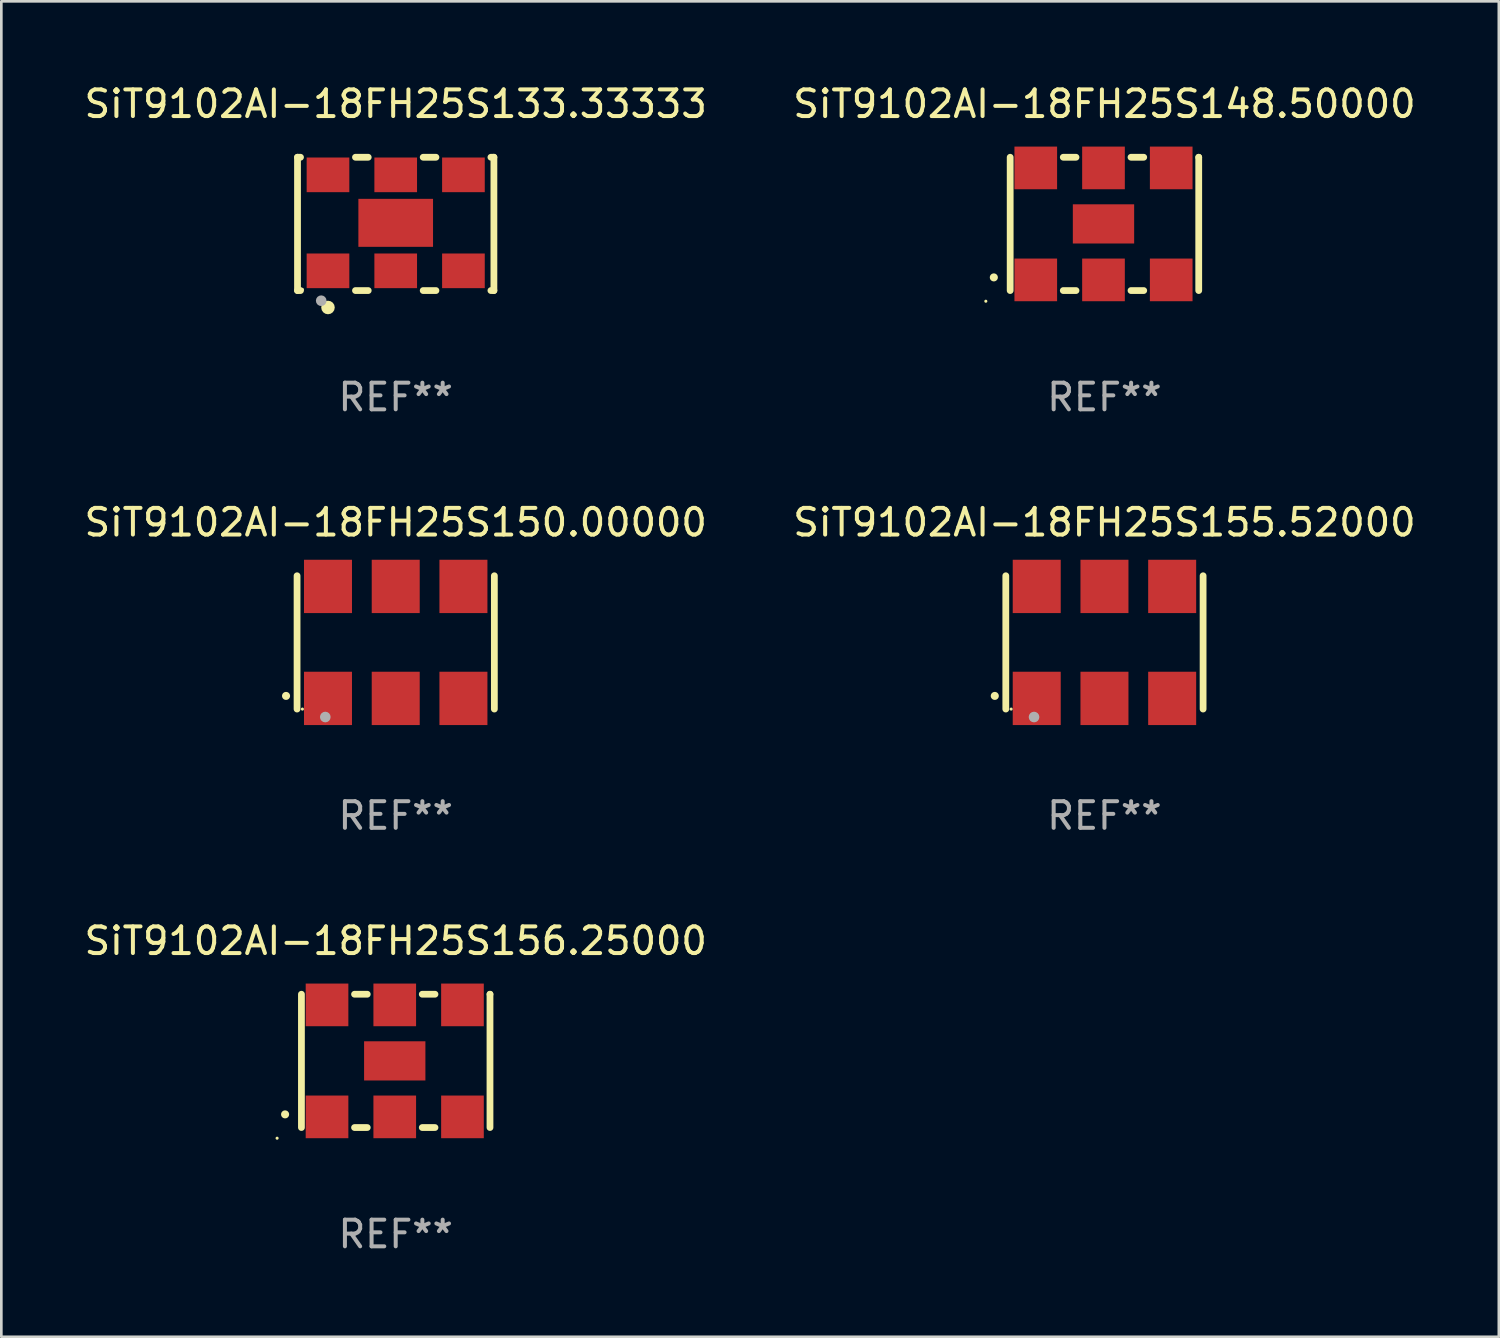
<source format=kicad_pcb>
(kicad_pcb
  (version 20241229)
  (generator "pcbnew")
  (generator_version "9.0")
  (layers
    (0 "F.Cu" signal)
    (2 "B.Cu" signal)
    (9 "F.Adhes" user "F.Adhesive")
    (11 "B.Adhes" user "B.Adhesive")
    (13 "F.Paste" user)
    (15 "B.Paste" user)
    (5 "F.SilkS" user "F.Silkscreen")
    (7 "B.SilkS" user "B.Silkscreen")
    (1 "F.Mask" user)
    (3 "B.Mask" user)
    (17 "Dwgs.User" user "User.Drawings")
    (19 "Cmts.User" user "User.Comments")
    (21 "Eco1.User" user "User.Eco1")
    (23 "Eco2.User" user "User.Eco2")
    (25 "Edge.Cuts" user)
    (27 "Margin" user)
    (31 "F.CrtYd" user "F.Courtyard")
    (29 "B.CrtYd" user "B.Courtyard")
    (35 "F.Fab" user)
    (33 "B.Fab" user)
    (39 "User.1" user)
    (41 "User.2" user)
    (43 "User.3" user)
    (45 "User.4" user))
  (footprint "SiT9102AI-18FH25S150.00000"
    (layer "F.Cu")
    (at 11.792 21.045)
    (property "Reference" "SiT9102AI-18FH25S150.00000" (at 0 -4.5 0) (layer "F.SilkS") (effects (font (size 1 1) (thickness 0.15))))
    (attr through_hole)
    (fp_line (start -3.7 -2.5) (end -3.7 2.5) (stroke (width 0.254) (type solid)) (layer "F.SilkS"))
    (fp_line (start 3.7 -2.5) (end 3.7 2.5) (stroke (width 0.254) (type solid)) (layer "F.SilkS"))
    (fp_arc (start -4.114415 2.006604) (mid -4.113145 2.006599) (end -4.111875 2.006604) (stroke (width 0.3) (type solid)) (layer "F.SilkS"))
    (fp_circle (center -3.5 2.501) (end -3.47 2.501) (stroke (width 0.06) (type solid)) (fill no) (layer "F.SilkS"))
    (fp_circle (center -2.641 2.799) (end -2.541 2.799) (stroke (width 0.2) (type solid)) (fill no) (layer "F.Fab"))
    (fp_text user "REF**" (at 0 6.5 0) (layer "F.Fab") (effects (font (size 1 1) (thickness 0.15))))
    (pad "1" smd rect (at -2.54 2.1) (size 1.8 2) (layers "F.Cu" "F.Mask" "F.Paste"))
    (pad "2" smd rect (at 0.000394 2.1) (size 1.8 2) (layers "F.Cu" "F.Mask" "F.Paste"))
    (pad "3" smd rect (at 2.54 2.1) (size 1.8 2) (layers "F.Cu" "F.Mask" "F.Paste"))
    (pad "4" smd rect (at 2.54 -2.1) (size 1.8 2) (layers "F.Cu" "F.Mask" "F.Paste"))
    (pad "5" smd rect (at 0.000394 -2.1) (size 1.8 2) (layers "F.Cu" "F.Mask" "F.Paste"))
    (pad "6" smd rect (at -2.54 -2.1) (size 1.8 2) (layers "F.Cu" "F.Mask" "F.Paste")))
  (footprint "SiT9102AI-18FH25S156.25000"
    (layer "F.Cu")
    (at 11.792 36.741)
    (property "Reference" "SiT9102AI-18FH25S156.25000" (at 0 -4.5 0) (layer "F.SilkS") (effects (font (size 1 1) (thickness 0.15))))
    (attr through_hole)
    (fp_line (start -3.536 -2.5) (end -3.536 2.5) (stroke (width 0.254) (type solid)) (layer "F.SilkS"))
    (fp_line (start -1.544 2.5) (end -1.067 2.5) (stroke (width 0.254) (type solid)) (layer "F.SilkS"))
    (fp_line (start -1.067 -2.5) (end -1.544 -2.5) (stroke (width 0.254) (type solid)) (layer "F.SilkS"))
    (fp_line (start 0.996 2.5) (end 1.473 2.5) (stroke (width 0.254) (type solid)) (layer "F.SilkS"))
    (fp_line (start 1.473 -2.5) (end 0.996 -2.5) (stroke (width 0.254) (type solid)) (layer "F.SilkS"))
    (fp_line (start 3.536 -2.5) (end 3.536 -2.5) (stroke (width 0.254) (type solid)) (layer "F.SilkS"))
    (fp_line (start 3.536 2.5) (end 3.536 -2.5) (stroke (width 0.254) (type solid)) (layer "F.SilkS"))
    (fp_arc (start -4.150432 2.006604) (mid -4.149162 2.006599) (end -4.147892 2.006604) (stroke (width 0.3) (type solid)) (layer "F.SilkS"))
    (fp_circle (center -4.449 2.9) (end -4.419 2.9) (stroke (width 0.06) (type solid)) (fill no) (layer "F.SilkS"))
    (fp_text user "REF**" (at 0 6.5 0) (layer "F.Fab") (effects (font (size 1 1) (thickness 0.15))))
    (pad "1" smd rect (at -2.576 2.1) (size 1.6 1.6) (layers "F.Cu" "F.Mask" "F.Paste"))
    (pad "2" smd rect (at -0.036 2.1) (size 1.6 1.6) (layers "F.Cu" "F.Mask" "F.Paste"))
    (pad "3" smd rect (at 2.504 2.1) (size 1.6 1.6) (layers "F.Cu" "F.Mask" "F.Paste"))
    (pad "4" smd rect (at 2.504 -2.1) (size 1.6 1.6) (layers "F.Cu" "F.Mask" "F.Paste"))
    (pad "5" smd rect (at -0.036 -2.1) (size 1.6 1.6) (layers "F.Cu" "F.Mask" "F.Paste"))
    (pad "6" smd rect (at -2.576 -2.1) (size 1.6 1.6) (layers "F.Cu" "F.Mask" "F.Paste"))
    (pad "7" smd rect (at -0.036 0) (size 2.3 1.47) (layers "F.Cu" "F.Mask" "F.Paste")))
  (footprint "SiT9102AI-18FH25S133.33333"
    (layer "F.Cu")
    (at 11.792 5.348)
    (property "Reference" "SiT9102AI-18FH25S133.33333" (at 0 -4.5 0) (layer "F.SilkS") (effects (font (size 1 1) (thickness 0.15))))
    (attr through_hole)
    (fp_line (start -3.683 -2.5) (end -3.571 -2.5) (stroke (width 0.254) (type solid)) (layer "F.SilkS"))
    (fp_line (start -3.683 2.5) (end -3.683 -2.5) (stroke (width 0.254) (type solid)) (layer "F.SilkS"))
    (fp_line (start -3.683 2.5) (end -3.571 2.5) (stroke (width 0.254) (type solid)) (layer "F.SilkS"))
    (fp_line (start -1.509 -2.5) (end -1.031 -2.5) (stroke (width 0.254) (type solid)) (layer "F.SilkS"))
    (fp_line (start -1.509 2.5) (end -1.031 2.5) (stroke (width 0.254) (type solid)) (layer "F.SilkS"))
    (fp_line (start 1.031 -2.5) (end 1.509 -2.5) (stroke (width 0.254) (type solid)) (layer "F.SilkS"))
    (fp_line (start 1.031 2.5) (end 1.509 2.5) (stroke (width 0.254) (type solid)) (layer "F.SilkS"))
    (fp_line (start 3.571 -2.5) (end 3.683 -2.5) (stroke (width 0.254) (type solid)) (layer "F.SilkS"))
    (fp_line (start 3.571 2.5) (end 3.683 2.5) (stroke (width 0.254) (type solid)) (layer "F.SilkS"))
    (fp_line (start 3.683 2.5) (end 3.683 -2.5) (stroke (width 0.254) (type solid)) (layer "F.SilkS"))
    (fp_circle (center -3.5 2.46) (end -3.47 2.46) (stroke (width 0.06) (type solid)) (fill no) (layer "F.SilkS"))
    (fp_circle (center -2.54 3.135) (end -2.413 3.135) (stroke (width 0.254) (type solid)) (fill no) (layer "F.SilkS"))
    (fp_circle (center -2.794 2.881) (end -2.694 2.881) (stroke (width 0.2) (type solid)) (fill no) (layer "F.Fab"))
    (fp_text user "REF**" (at 0 6.5 0) (layer "F.Fab") (effects (font (size 1 1) (thickness 0.15))))
    (pad "1" smd rect (at -2.54 1.76) (size 1.6 1.3) (layers "F.Cu" "F.Mask" "F.Paste"))
    (pad "2" smd rect (at 0 1.76) (size 1.6 1.3) (layers "F.Cu" "F.Mask" "F.Paste"))
    (pad "3" smd rect (at 2.54 1.76) (size 1.6 1.3) (layers "F.Cu" "F.Mask" "F.Paste"))
    (pad "4" smd rect (at 2.54 -1.84) (size 1.6 1.3) (layers "F.Cu" "F.Mask" "F.Paste"))
    (pad "5" smd rect (at 0 -1.84) (size 1.6 1.3) (layers "F.Cu" "F.Mask" "F.Paste"))
    (pad "6" smd rect (at -2.54 -1.84) (size 1.6 1.3) (layers "F.Cu" "F.Mask" "F.Paste"))
    (pad "7" smd rect (at 0 -0.04) (size 2.8 1.8) (layers "F.Cu" "F.Mask" "F.Paste")))
  (footprint "SiT9102AI-18FH25S155.52000"
    (layer "F.Cu")
    (at 38.375 21.045)
    (property "Reference" "SiT9102AI-18FH25S155.52000" (at 0 -4.5 0) (layer "F.SilkS") (effects (font (size 1 1) (thickness 0.15))))
    (attr through_hole)
    (fp_line (start -3.7 -2.5) (end -3.7 2.5) (stroke (width 0.254) (type solid)) (layer "F.SilkS"))
    (fp_line (start 3.7 -2.5) (end 3.7 2.5) (stroke (width 0.254) (type solid)) (layer "F.SilkS"))
    (fp_arc (start -4.114415 2.006604) (mid -4.113145 2.006599) (end -4.111875 2.006604) (stroke (width 0.3) (type solid)) (layer "F.SilkS"))
    (fp_circle (center -3.5 2.501) (end -3.47 2.501) (stroke (width 0.06) (type solid)) (fill no) (layer "F.SilkS"))
    (fp_circle (center -2.641 2.799) (end -2.541 2.799) (stroke (width 0.2) (type solid)) (fill no) (layer "F.Fab"))
    (fp_text user "REF**" (at 0 6.5 0) (layer "F.Fab") (effects (font (size 1 1) (thickness 0.15))))
    (pad "1" smd rect (at -2.54 2.1) (size 1.8 2) (layers "F.Cu" "F.Mask" "F.Paste"))
    (pad "2" smd rect (at 0.000394 2.1) (size 1.8 2) (layers "F.Cu" "F.Mask" "F.Paste"))
    (pad "3" smd rect (at 2.54 2.1) (size 1.8 2) (layers "F.Cu" "F.Mask" "F.Paste"))
    (pad "4" smd rect (at 2.54 -2.1) (size 1.8 2) (layers "F.Cu" "F.Mask" "F.Paste"))
    (pad "5" smd rect (at 0.000394 -2.1) (size 1.8 2) (layers "F.Cu" "F.Mask" "F.Paste"))
    (pad "6" smd rect (at -2.54 -2.1) (size 1.8 2) (layers "F.Cu" "F.Mask" "F.Paste")))
  (footprint "SiT9102AI-18FH25S148.50000"
    (layer "F.Cu")
    (at 38.375 5.348)
    (property "Reference" "SiT9102AI-18FH25S148.50000" (at 0 -4.5 0) (layer "F.SilkS") (effects (font (size 1 1) (thickness 0.15))))
    (attr through_hole)
    (fp_line (start -3.536 -2.5) (end -3.536 2.5) (stroke (width 0.254) (type solid)) (layer "F.SilkS"))
    (fp_line (start -1.544 2.5) (end -1.067 2.5) (stroke (width 0.254) (type solid)) (layer "F.SilkS"))
    (fp_line (start -1.067 -2.5) (end -1.544 -2.5) (stroke (width 0.254) (type solid)) (layer "F.SilkS"))
    (fp_line (start 0.996 2.5) (end 1.473 2.5) (stroke (width 0.254) (type solid)) (layer "F.SilkS"))
    (fp_line (start 1.473 -2.5) (end 0.996 -2.5) (stroke (width 0.254) (type solid)) (layer "F.SilkS"))
    (fp_line (start 3.536 -2.5) (end 3.536 -2.5) (stroke (width 0.254) (type solid)) (layer "F.SilkS"))
    (fp_line (start 3.536 2.5) (end 3.536 -2.5) (stroke (width 0.254) (type solid)) (layer "F.SilkS"))
    (fp_arc (start -4.150432 2.006604) (mid -4.149162 2.006599) (end -4.147892 2.006604) (stroke (width 0.3) (type solid)) (layer "F.SilkS"))
    (fp_circle (center -4.449 2.9) (end -4.419 2.9) (stroke (width 0.06) (type solid)) (fill no) (layer "F.SilkS"))
    (fp_text user "REF**" (at 0 6.5 0) (layer "F.Fab") (effects (font (size 1 1) (thickness 0.15))))
    (pad "1" smd rect (at -2.576 2.1) (size 1.6 1.6) (layers "F.Cu" "F.Mask" "F.Paste"))
    (pad "2" smd rect (at -0.036 2.1) (size 1.6 1.6) (layers "F.Cu" "F.Mask" "F.Paste"))
    (pad "3" smd rect (at 2.504 2.1) (size 1.6 1.6) (layers "F.Cu" "F.Mask" "F.Paste"))
    (pad "4" smd rect (at 2.504 -2.1) (size 1.6 1.6) (layers "F.Cu" "F.Mask" "F.Paste"))
    (pad "5" smd rect (at -0.036 -2.1) (size 1.6 1.6) (layers "F.Cu" "F.Mask" "F.Paste"))
    (pad "6" smd rect (at -2.576 -2.1) (size 1.6 1.6) (layers "F.Cu" "F.Mask" "F.Paste"))
    (pad "7" smd rect (at -0.036 0) (size 2.3 1.47) (layers "F.Cu" "F.Mask" "F.Paste")))
  (gr_rect
    (start -3 -3)
    (end 53.167 47.09)
    (stroke (width 0.1) (type default))
    (fill no)
    (layer "Edge.Cuts")))
</source>
